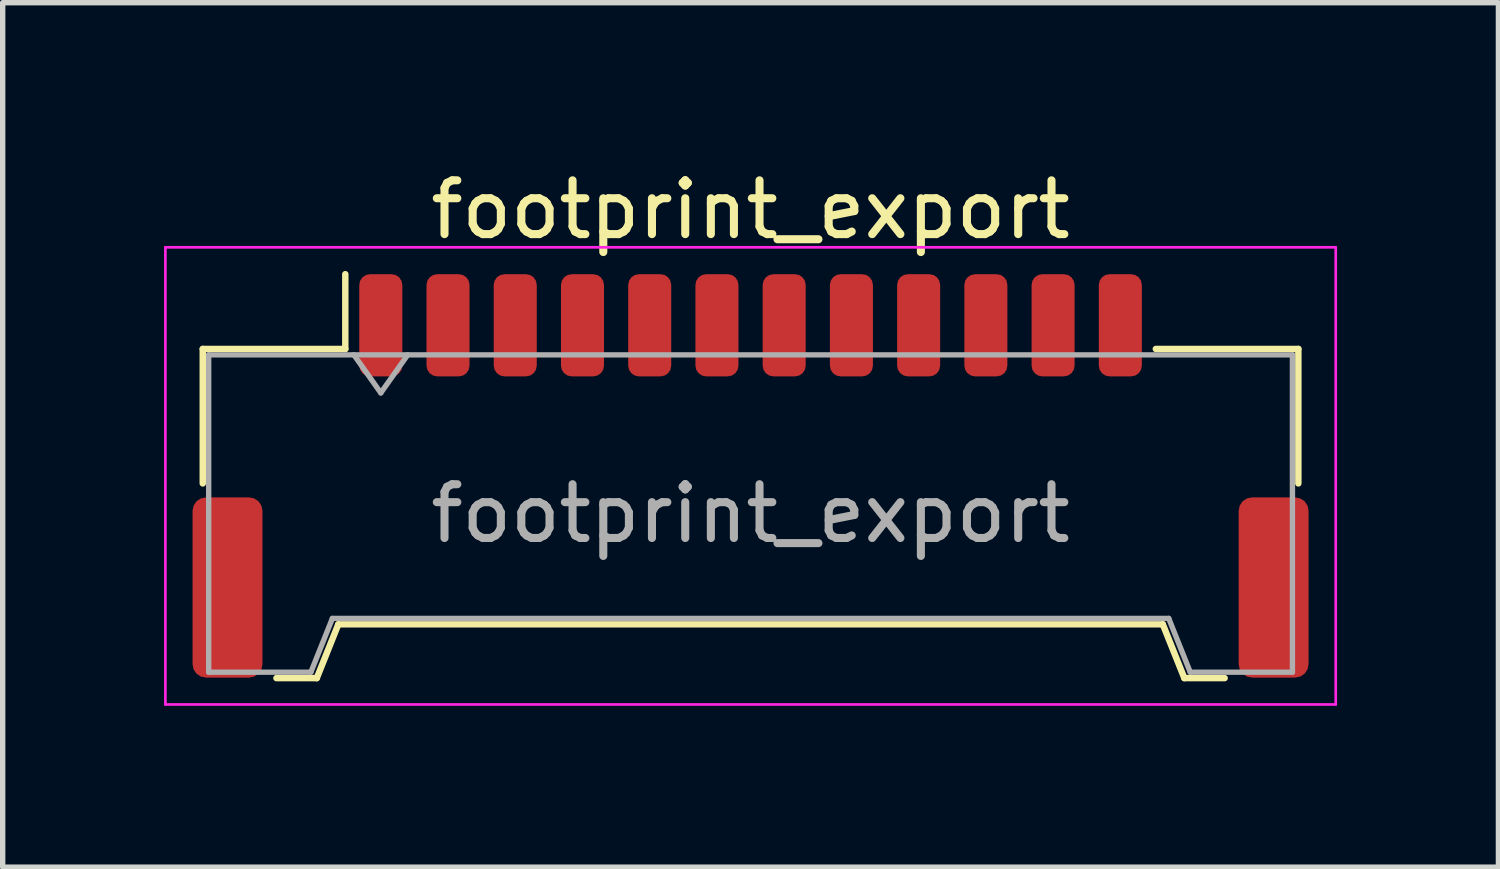
<source format=kicad_pcb>
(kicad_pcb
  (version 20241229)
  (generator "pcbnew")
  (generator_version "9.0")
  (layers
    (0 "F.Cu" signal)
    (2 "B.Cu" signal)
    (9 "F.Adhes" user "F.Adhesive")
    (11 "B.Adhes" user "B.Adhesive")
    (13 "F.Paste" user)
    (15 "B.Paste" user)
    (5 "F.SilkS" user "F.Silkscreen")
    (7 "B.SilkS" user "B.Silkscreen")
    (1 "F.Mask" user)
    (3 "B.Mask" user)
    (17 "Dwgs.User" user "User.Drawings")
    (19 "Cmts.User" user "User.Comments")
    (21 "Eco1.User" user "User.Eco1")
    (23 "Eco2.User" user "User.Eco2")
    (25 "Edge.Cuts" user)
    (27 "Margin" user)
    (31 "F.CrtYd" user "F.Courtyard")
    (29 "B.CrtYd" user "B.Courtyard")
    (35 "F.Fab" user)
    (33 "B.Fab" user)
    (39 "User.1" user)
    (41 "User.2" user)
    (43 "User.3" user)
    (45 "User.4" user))
  (footprint "footprint_export"
    (layer "F.Cu")
    (at 10.905 5.798)
    (property "Reference" "footprint_export" (at 0 -4.95 0) (layer "F.SilkS") (effects (font (size 1 1) (thickness 0.15))))
    (attr smd)
    (fp_line (start -10.185 -2.36) (end -7.535 -2.36) (stroke (width 0.12) (type solid)) (layer "F.SilkS"))
    (fp_line (start -10.185 0.14) (end -10.185 -2.36) (stroke (width 0.12) (type solid)) (layer "F.SilkS"))
    (fp_line (start -8.815 3.76) (end -8.065 3.76) (stroke (width 0.12) (type solid)) (layer "F.SilkS"))
    (fp_line (start -8.065 3.76) (end -7.665 2.76) (stroke (width 0.12) (type solid)) (layer "F.SilkS"))
    (fp_line (start -7.665 2.76) (end 7.665 2.76) (stroke (width 0.12) (type solid)) (layer "F.SilkS"))
    (fp_line (start -7.535 -2.36) (end -7.535 -3.75) (stroke (width 0.12) (type solid)) (layer "F.SilkS"))
    (fp_line (start 7.665 2.76) (end 8.065 3.76) (stroke (width 0.12) (type solid)) (layer "F.SilkS"))
    (fp_line (start 8.065 3.76) (end 8.815 3.76) (stroke (width 0.12) (type solid)) (layer "F.SilkS"))
    (fp_line (start 10.185 -2.36) (end 7.535 -2.36) (stroke (width 0.12) (type solid)) (layer "F.SilkS"))
    (fp_line (start 10.185 0.14) (end 10.185 -2.36) (stroke (width 0.12) (type solid)) (layer "F.SilkS"))
    (fp_line (start -10.88 -4.25) (end -10.88 4.25) (stroke (width 0.05) (type solid)) (layer "F.CrtYd"))
    (fp_line (start -10.88 4.25) (end 10.88 4.25) (stroke (width 0.05) (type solid)) (layer "F.CrtYd"))
    (fp_line (start 10.88 -4.25) (end -10.88 -4.25) (stroke (width 0.05) (type solid)) (layer "F.CrtYd"))
    (fp_line (start 10.88 4.25) (end 10.88 -4.25) (stroke (width 0.05) (type solid)) (layer "F.CrtYd"))
    (fp_line (start -10.075 -2.25) (end -10.075 3.65) (stroke (width 0.1) (type solid)) (layer "F.Fab"))
    (fp_line (start -10.075 -2.25) (end 10.075 -2.25) (stroke (width 0.1) (type solid)) (layer "F.Fab"))
    (fp_line (start -10.075 3.65) (end -8.175 3.65) (stroke (width 0.1) (type solid)) (layer "F.Fab"))
    (fp_line (start -8.175 3.65) (end -7.775 2.65) (stroke (width 0.1) (type solid)) (layer "F.Fab"))
    (fp_line (start -7.775 2.65) (end 7.775 2.65) (stroke (width 0.1) (type solid)) (layer "F.Fab"))
    (fp_line (start -7.375 -2.25) (end -6.875 -1.543) (stroke (width 0.1) (type solid)) (layer "F.Fab"))
    (fp_line (start -6.875 -1.543) (end -6.375 -2.25) (stroke (width 0.1) (type solid)) (layer "F.Fab"))
    (fp_line (start 7.775 2.65) (end 8.175 3.65) (stroke (width 0.1) (type solid)) (layer "F.Fab"))
    (fp_line (start 8.175 3.65) (end 10.075 3.65) (stroke (width 0.1) (type solid)) (layer "F.Fab"))
    (fp_line (start 10.075 -2.25) (end 10.075 3.65) (stroke (width 0.1) (type solid)) (layer "F.Fab"))
    (fp_text user "${REFERENCE}" (at 0 0.7 0) (layer "F.Fab") (effects (font (size 1 1) (thickness 0.15))))
    (pad "1" smd roundrect (at -6.875 -2.8) (size 0.8 1.9) (layers "F.Cu" "F.Mask" "F.Paste") (roundrect_rratio 0.25))
    (pad "2" smd roundrect (at -5.625 -2.8) (size 0.8 1.9) (layers "F.Cu" "F.Mask" "F.Paste") (roundrect_rratio 0.25))
    (pad "3" smd roundrect (at -4.375 -2.8) (size 0.8 1.9) (layers "F.Cu" "F.Mask" "F.Paste") (roundrect_rratio 0.25))
    (pad "4" smd roundrect (at -3.125 -2.8) (size 0.8 1.9) (layers "F.Cu" "F.Mask" "F.Paste") (roundrect_rratio 0.25))
    (pad "5" smd roundrect (at -1.875 -2.8) (size 0.8 1.9) (layers "F.Cu" "F.Mask" "F.Paste") (roundrect_rratio 0.25))
    (pad "6" smd roundrect (at -0.625 -2.8) (size 0.8 1.9) (layers "F.Cu" "F.Mask" "F.Paste") (roundrect_rratio 0.25))
    (pad "7" smd roundrect (at 0.625 -2.8) (size 0.8 1.9) (layers "F.Cu" "F.Mask" "F.Paste") (roundrect_rratio 0.25))
    (pad "8" smd roundrect (at 1.875 -2.8) (size 0.8 1.9) (layers "F.Cu" "F.Mask" "F.Paste") (roundrect_rratio 0.25))
    (pad "9" smd roundrect (at 3.125 -2.8) (size 0.8 1.9) (layers "F.Cu" "F.Mask" "F.Paste") (roundrect_rratio 0.25))
    (pad "10" smd roundrect (at 4.375 -2.8) (size 0.8 1.9) (layers "F.Cu" "F.Mask" "F.Paste") (roundrect_rratio 0.25))
    (pad "11" smd roundrect (at 5.625 -2.8) (size 0.8 1.9) (layers "F.Cu" "F.Mask" "F.Paste") (roundrect_rratio 0.25))
    (pad "12" smd roundrect (at 6.875 -2.8) (size 0.8 1.9) (layers "F.Cu" "F.Mask" "F.Paste") (roundrect_rratio 0.25))
    (pad "MP" smd roundrect (at -9.725 2.075) (size 1.3 3.35) (layers "F.Cu" "F.Mask" "F.Paste") (roundrect_rratio 0.192))
    (pad "MP" smd roundrect (at 9.725 2.075) (size 1.3 3.35) (layers "F.Cu" "F.Mask" "F.Paste") (roundrect_rratio 0.192)))
  (gr_rect
    (start -3 -3)
    (end 24.81 13.073)
    (stroke (width 0.1) (type default))
    (fill no)
    (layer "Edge.Cuts")))
</source>
